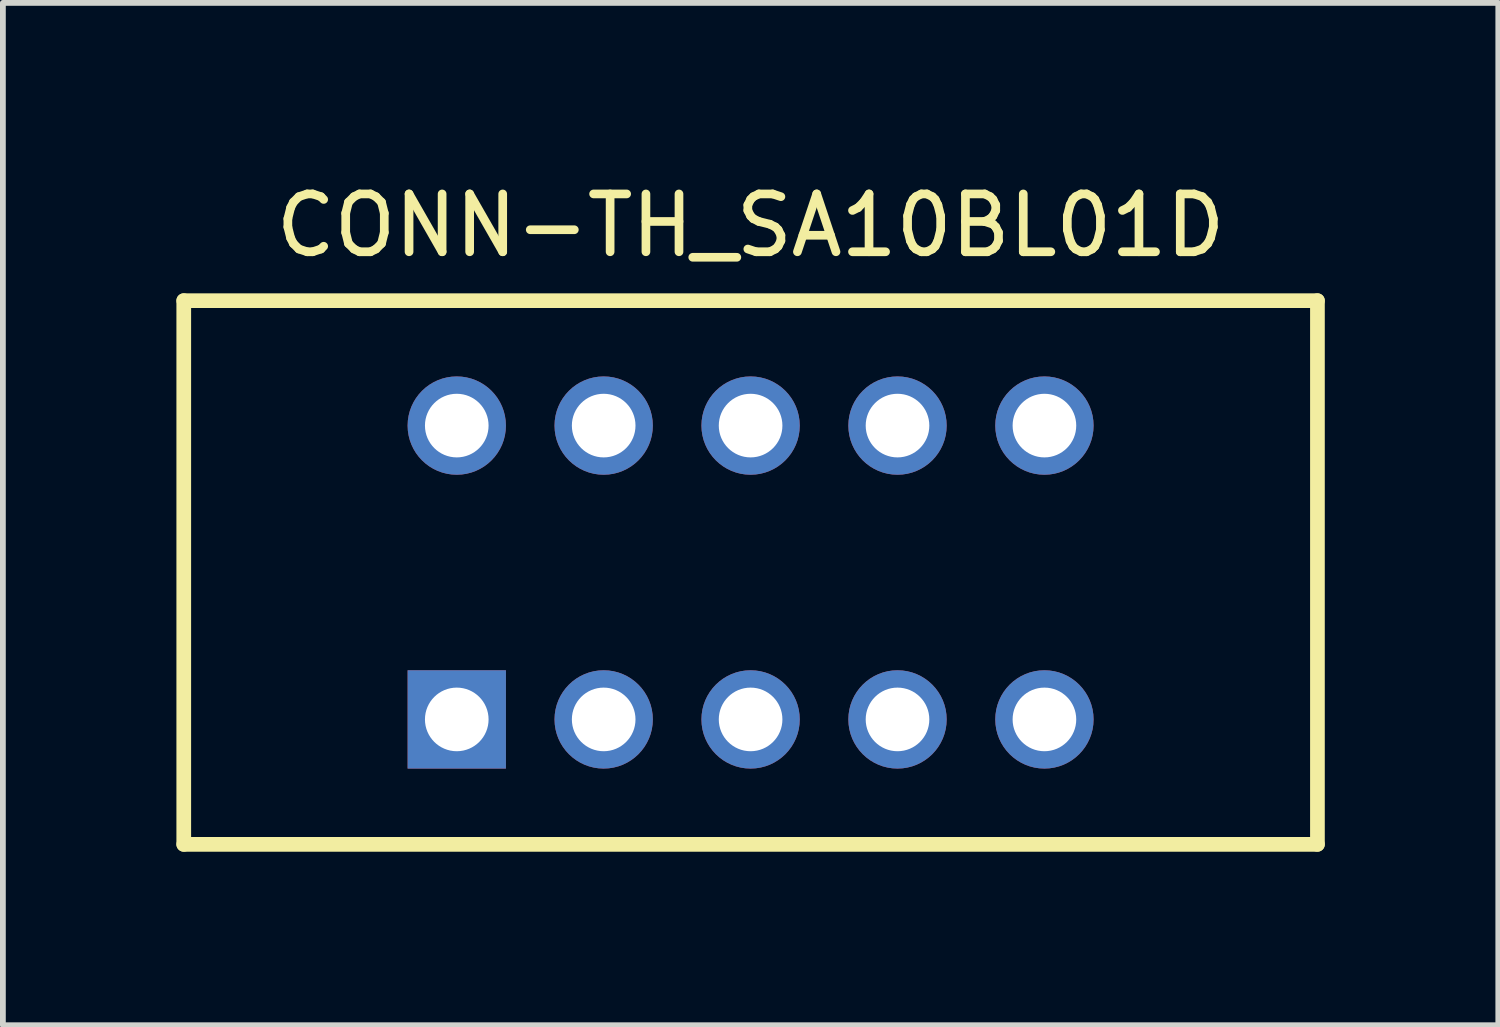
<source format=kicad_pcb>
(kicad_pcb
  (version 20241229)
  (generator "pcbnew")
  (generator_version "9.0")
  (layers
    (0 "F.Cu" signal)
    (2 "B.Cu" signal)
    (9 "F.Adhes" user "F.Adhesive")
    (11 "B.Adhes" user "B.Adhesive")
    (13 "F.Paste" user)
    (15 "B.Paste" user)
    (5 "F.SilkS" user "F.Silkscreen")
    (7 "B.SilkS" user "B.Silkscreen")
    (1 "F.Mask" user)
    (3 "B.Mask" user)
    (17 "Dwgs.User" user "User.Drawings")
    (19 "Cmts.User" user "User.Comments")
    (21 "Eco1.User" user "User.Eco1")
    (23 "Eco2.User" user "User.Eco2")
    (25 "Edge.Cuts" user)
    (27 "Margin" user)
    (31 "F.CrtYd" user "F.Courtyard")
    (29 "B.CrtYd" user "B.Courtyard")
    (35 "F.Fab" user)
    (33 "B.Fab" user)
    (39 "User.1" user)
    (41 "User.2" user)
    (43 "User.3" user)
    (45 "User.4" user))
  (footprint "CONN-TH_SA10BL01D"
    (layer "F.Cu")
    (at 9.927 6.848)
    (property "Reference" "CONN-TH_SA10BL01D" (at 0 -6 0) (layer "F.SilkS") (effects (font (size 1 1) (thickness 0.15))))
    (attr through_hole)
    (fp_line (start -9.8 -4.7) (end -9.8 4.7) (stroke (width 0.254) (type solid)) (layer "F.SilkS"))
    (fp_line (start -9.8 -4.7) (end 9.8 -4.7) (stroke (width 0.254) (type solid)) (layer "F.SilkS"))
    (fp_line (start -9.8 4.7) (end 9.8 4.7) (stroke (width 0.254) (type solid)) (layer "F.SilkS"))
    (fp_line (start 9.8 -4.7) (end 9.8 4.7) (stroke (width 0.254) (type solid)) (layer "F.SilkS"))
    (pad "1" thru_hole rect (at -5.08 2.54) (size 1.7 1.7) (drill 1.1) (layers "*.Cu" "*.Paste" "*.Mask"))
    (pad "2" thru_hole circle (at -5.08 -2.54) (size 1.7 1.7) (drill 1.1) (layers "*.Cu" "*.Paste" "*.Mask"))
    (pad "3" thru_hole circle (at -2.54 2.54) (size 1.7 1.7) (drill 1.1) (layers "*.Cu" "*.Paste" "*.Mask"))
    (pad "4" thru_hole circle (at -2.54 -2.54) (size 1.7 1.7) (drill 1.1) (layers "*.Cu" "*.Paste" "*.Mask"))
    (pad "5" thru_hole circle (at 0 2.54) (size 1.7 1.7) (drill 1.1) (layers "*.Cu" "*.Paste" "*.Mask"))
    (pad "6" thru_hole circle (at 0 -2.54) (size 1.7 1.7) (drill 1.1) (layers "*.Cu" "*.Paste" "*.Mask"))
    (pad "7" thru_hole circle (at 2.54 2.54) (size 1.7 1.7) (drill 1.1) (layers "*.Cu" "*.Paste" "*.Mask"))
    (pad "8" thru_hole circle (at 2.54 -2.54) (size 1.7 1.7) (drill 1.1) (layers "*.Cu" "*.Paste" "*.Mask"))
    (pad "9" thru_hole circle (at 5.08 2.54) (size 1.7 1.7) (drill 1.1) (layers "*.Cu" "*.Paste" "*.Mask"))
    (pad "10" thru_hole circle (at 5.08 -2.54) (size 1.7 1.7) (drill 1.1) (layers "*.Cu" "*.Paste" "*.Mask")))
  (gr_rect
    (start -3 -3)
    (end 22.854 14.675)
    (stroke (width 0.1) (type default))
    (fill no)
    (layer "Edge.Cuts")))
</source>
